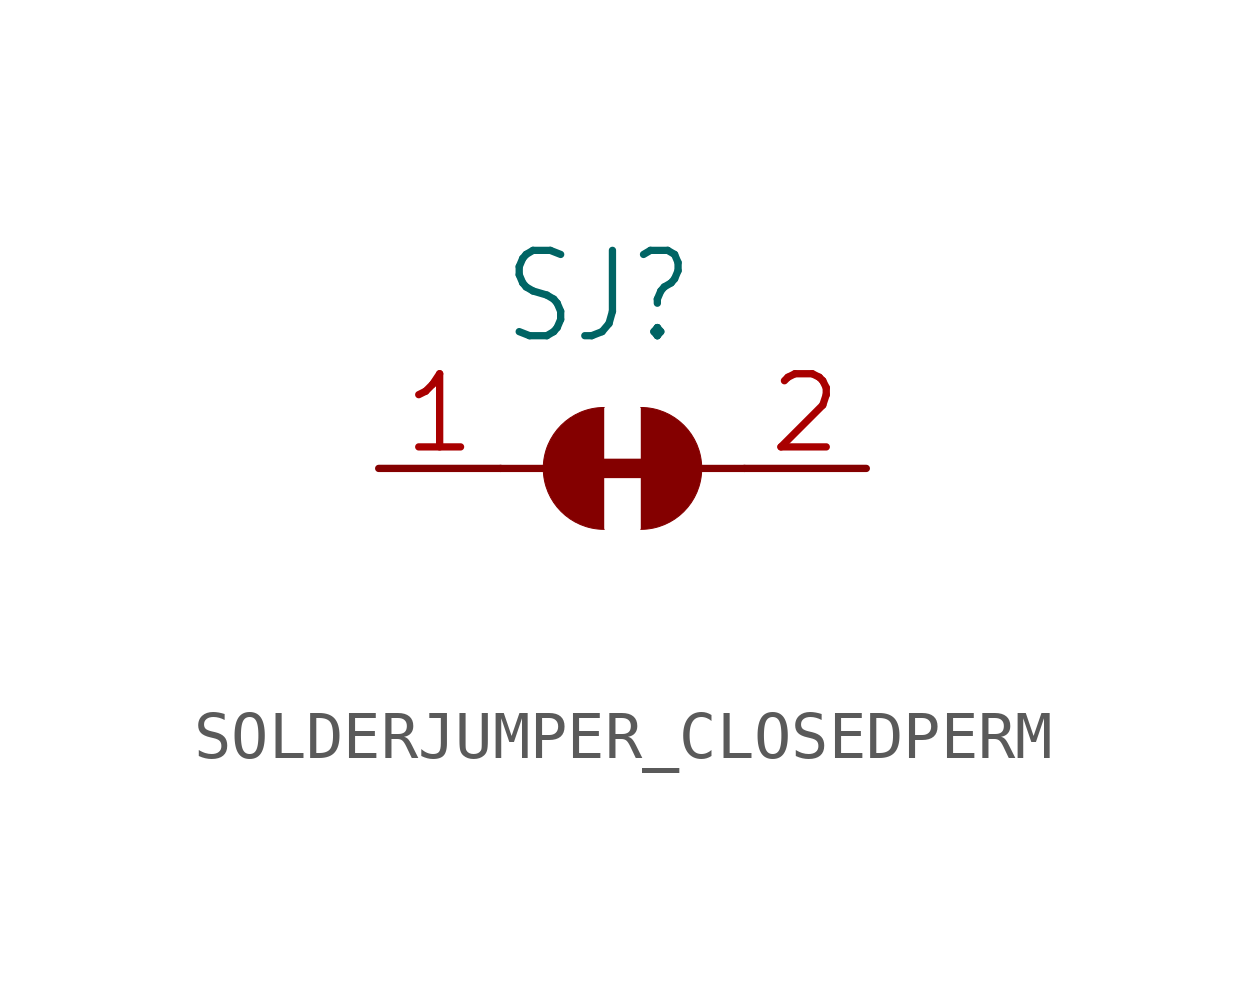
<source format=kicad_sym>
(kicad_symbol_lib
  (version 20241209)
  (generator "kicad_symbol_editor")
  (generator_version "9.0")
  (symbol "SOLDERJUMPER_CLOSEDPERM"
    (property "Reference" "SJ"
      (at -2.54 2.54 0)
      (effects (font (size 1.778 1.511)) (justify left bottom)))
    (property "Value" ""
      (at -2.54 -3.81 0)
      (effects (font (size 1.778 1.511)) (justify left bottom)))
    (property "ki_locked" ""
      (at 0 0 0)
      (effects (font (size 1.27 1.27))))
    (symbol "SOLDERJUMPER_CLOSEDPERM_1_0"
      (polyline (pts (xy -2.54 0) (xy -1.651 0)) (stroke (width 0.152) (type solid)) (fill (type none)))
      (polyline (pts (xy -0.635 0) (xy 0.635 0)) (stroke (width 0.406) (type solid)) (fill (type none)))
      (arc (start -0.381 -1.27) (mid -1.651 0) (end -0.381 1.27) (stroke (width 0.0001) (type solid)) (fill (type outline)))
      (arc (start 0.381 1.27) (mid 1.651 0) (end 0.381 -1.27) (stroke (width 0.0001) (type solid)) (fill (type outline)))
      (polyline (pts (xy 2.54 0) (xy 1.651 0)) (stroke (width 0.152) (type solid)) (fill (type none)))
      (pin passive line (at -5.08 0 0) (length 2.54) (name "1" (effects (font (size 0 0)))) (number "1" (effects (font (size 1.524 1.524)))))
      (pin passive line (at 5.08 0 180) (length 2.54) (name "2" (effects (font (size 0 0)))) (number "2" (effects (font (size 1.524 1.524))))))))
</source>
